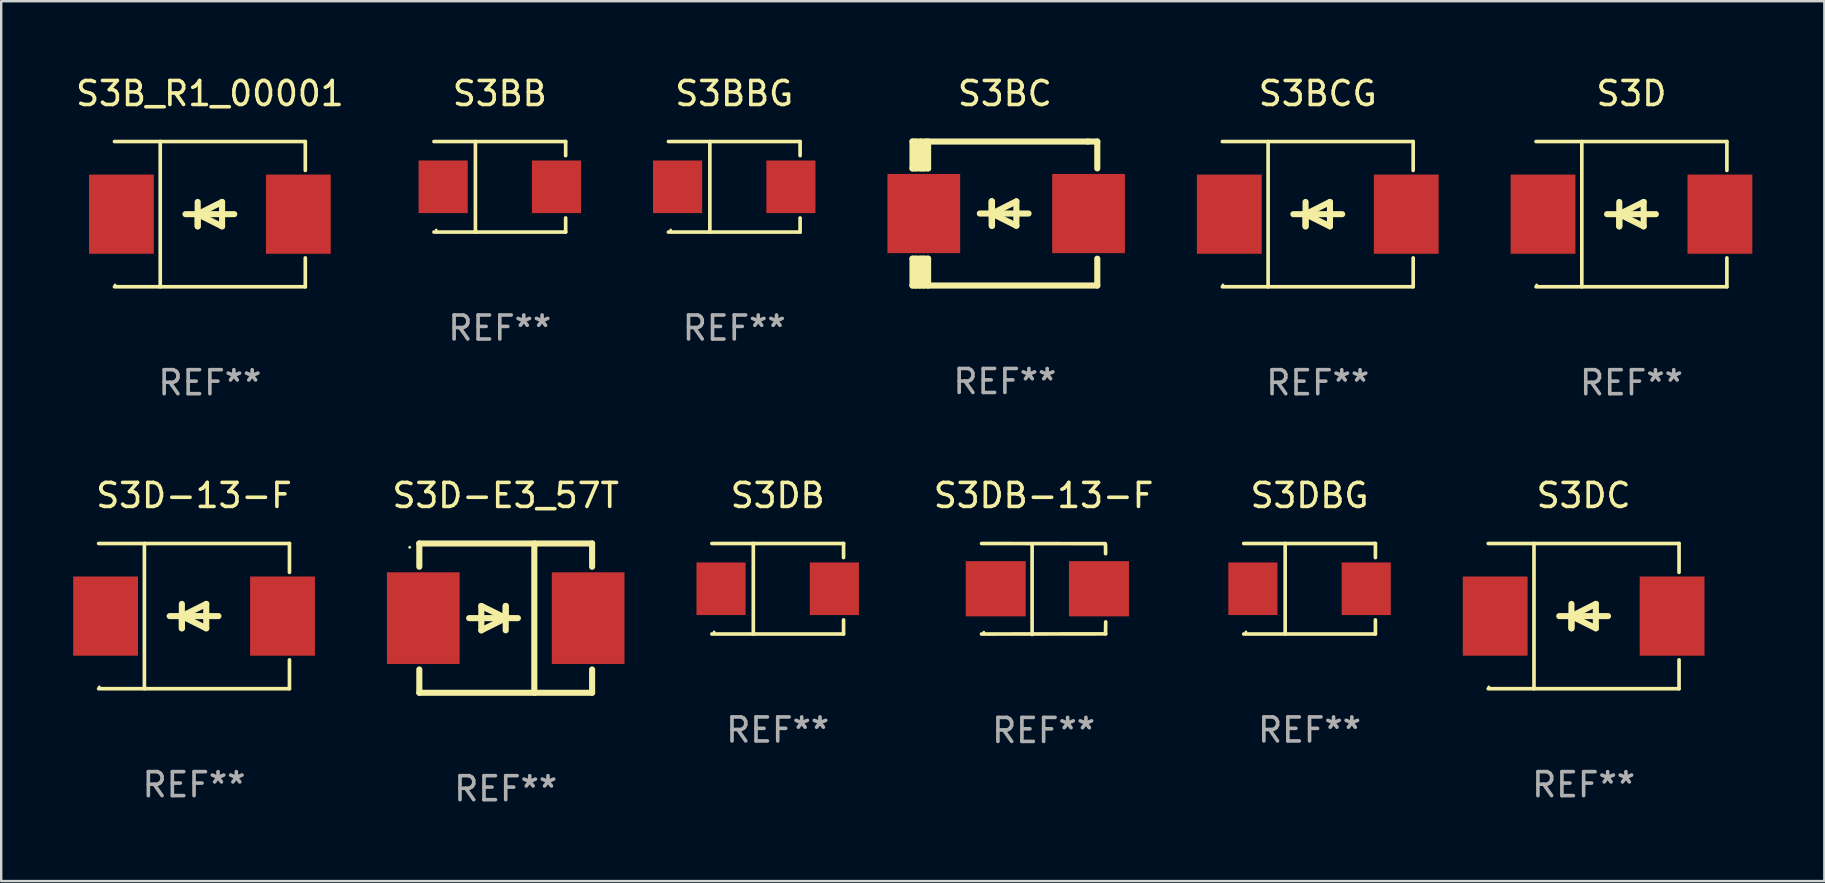
<source format=kicad_pcb>
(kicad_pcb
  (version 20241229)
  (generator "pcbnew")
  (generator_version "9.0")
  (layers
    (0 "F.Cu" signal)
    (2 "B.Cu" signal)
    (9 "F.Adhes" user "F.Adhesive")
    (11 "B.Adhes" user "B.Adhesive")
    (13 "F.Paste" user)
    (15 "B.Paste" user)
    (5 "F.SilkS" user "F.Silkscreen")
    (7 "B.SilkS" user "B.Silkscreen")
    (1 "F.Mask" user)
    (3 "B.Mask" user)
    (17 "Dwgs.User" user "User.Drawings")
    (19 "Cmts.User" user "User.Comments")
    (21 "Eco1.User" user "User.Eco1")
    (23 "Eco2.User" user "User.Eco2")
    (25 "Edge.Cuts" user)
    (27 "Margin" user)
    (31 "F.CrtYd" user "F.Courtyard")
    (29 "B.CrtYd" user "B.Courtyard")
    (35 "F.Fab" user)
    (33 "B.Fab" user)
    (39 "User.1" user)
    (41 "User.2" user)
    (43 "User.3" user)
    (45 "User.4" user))
  (footprint "S3DC"
    (layer "F.Cu")
    (at 62.94 22.623)
    (property "Reference" "S3DC" (at 0 -5.026 0) (layer "F.SilkS") (effects (font (size 1 1) (thickness 0.15))))
    (attr through_hole)
    (fp_line (start -3.976 -3.026) (end 3.976 -3.026) (stroke (width 0.152) (type solid)) (layer "F.SilkS"))
    (fp_line (start -3.976 3.026) (end 3.976 3.026) (stroke (width 0.152) (type solid)) (layer "F.SilkS"))
    (fp_line (start -2.069 -3.026) (end -2.069 3.026) (stroke (width 0.152) (type solid)) (layer "F.SilkS"))
    (fp_line (start -0.508 0) (end -0.508 0.508) (stroke (width 0.254) (type solid)) (layer "F.SilkS"))
    (fp_line (start -0.508 0) (end 0.508 0.508) (stroke (width 0.254) (type solid)) (layer "F.SilkS"))
    (fp_line (start -0.508 0.508) (end -0.508 -0.508) (stroke (width 0.254) (type solid)) (layer "F.SilkS"))
    (fp_line (start 0.508 -0.508) (end -0.508 0) (stroke (width 0.254) (type solid)) (layer "F.SilkS"))
    (fp_line (start 0.508 0.508) (end 0.508 -0.508) (stroke (width 0.254) (type solid)) (layer "F.SilkS"))
    (fp_line (start 1.016 0) (end -1.016 0) (stroke (width 0.254) (type solid)) (layer "F.SilkS"))
    (fp_line (start 3.976 -3.026) (end 3.976 -1.823) (stroke (width 0.152) (type solid)) (layer "F.SilkS"))
    (fp_line (start 3.976 3.026) (end 3.976 1.823) (stroke (width 0.152) (type solid)) (layer "F.SilkS"))
    (fp_circle (center -3.95 2.95) (end -3.92 2.95) (stroke (width 0.06) (type solid)) (fill no) (layer "F.SilkS"))
    (fp_text user "REF**" (at 0 7.026 0) (layer "F.Fab") (effects (font (size 1 1) (thickness 0.15))))
    (pad "1" smd rect (at -3.686 0) (size 2.7 3.3) (layers "F.Cu" "F.Mask" "F.Paste"))
    (pad "2" smd rect (at 3.686 0) (size 2.7 3.3) (layers "F.Cu" "F.Mask" "F.Paste")))
  (footprint "S3BBG"
    (layer "F.Cu")
    (at 27.546 4.734)
    (property "Reference" "S3BBG" (at 0 -3.886 0) (layer "F.SilkS") (effects (font (size 1 1) (thickness 0.15))))
    (attr through_hole)
    (fp_line (start -2.744 -1.886) (end 2.744 -1.886) (stroke (width 0.152) (type solid)) (layer "F.SilkS"))
    (fp_line (start -2.744 1.886) (end 2.744 1.886) (stroke (width 0.152) (type solid)) (layer "F.SilkS"))
    (fp_line (start -1.016 -1.886) (end -1.016 1.886) (stroke (width 0.152) (type solid)) (layer "F.SilkS"))
    (fp_line (start 2.744 -1.886) (end 2.744 -1.299) (stroke (width 0.152) (type solid)) (layer "F.SilkS"))
    (fp_line (start 2.744 1.886) (end 2.744 1.299) (stroke (width 0.152) (type solid)) (layer "F.SilkS"))
    (fp_circle (center -2.65 1.8) (end -2.62 1.8) (stroke (width 0.06) (type solid)) (fill no) (layer "F.SilkS"))
    (fp_text user "REF**" (at 0 5.886 0) (layer "F.Fab") (effects (font (size 1 1) (thickness 0.15))))
    (pad "1" smd rect (at -2.361 0) (size 2.047 2.192) (layers "F.Cu" "F.Mask" "F.Paste"))
    (pad "2" smd rect (at 2.361 0) (size 2.047 2.192) (layers "F.Cu" "F.Mask" "F.Paste")))
  (footprint "S3B_R1_00001"
    (layer "F.Cu")
    (at 5.696 5.874)
    (property "Reference" "S3B_R1_00001" (at 0 -5.026 0) (layer "F.SilkS") (effects (font (size 1 1) (thickness 0.15))))
    (attr through_hole)
    (fp_line (start -3.976 -3.026) (end 3.976 -3.026) (stroke (width 0.152) (type solid)) (layer "F.SilkS"))
    (fp_line (start -3.976 3.026) (end 3.976 3.026) (stroke (width 0.152) (type solid)) (layer "F.SilkS"))
    (fp_line (start -2.069 -3.026) (end -2.069 3.026) (stroke (width 0.152) (type solid)) (layer "F.SilkS"))
    (fp_line (start -0.508 0) (end -0.508 0.508) (stroke (width 0.254) (type solid)) (layer "F.SilkS"))
    (fp_line (start -0.508 0) (end 0.508 0.508) (stroke (width 0.254) (type solid)) (layer "F.SilkS"))
    (fp_line (start -0.508 0.508) (end -0.508 -0.508) (stroke (width 0.254) (type solid)) (layer "F.SilkS"))
    (fp_line (start 0.508 -0.508) (end -0.508 0) (stroke (width 0.254) (type solid)) (layer "F.SilkS"))
    (fp_line (start 0.508 0.508) (end 0.508 -0.508) (stroke (width 0.254) (type solid)) (layer "F.SilkS"))
    (fp_line (start 1.016 0) (end -1.016 0) (stroke (width 0.254) (type solid)) (layer "F.SilkS"))
    (fp_line (start 3.976 -3.026) (end 3.976 -1.823) (stroke (width 0.152) (type solid)) (layer "F.SilkS"))
    (fp_line (start 3.976 3.026) (end 3.976 1.823) (stroke (width 0.152) (type solid)) (layer "F.SilkS"))
    (fp_circle (center -3.95 2.95) (end -3.92 2.95) (stroke (width 0.06) (type solid)) (fill no) (layer "F.SilkS"))
    (fp_text user "REF**" (at 0 7.026 0) (layer "F.Fab") (effects (font (size 1 1) (thickness 0.15))))
    (pad "1" smd rect (at -3.686 0) (size 2.7 3.3) (layers "F.Cu" "F.Mask" "F.Paste"))
    (pad "2" smd rect (at 3.686 0) (size 2.7 3.3) (layers "F.Cu" "F.Mask" "F.Paste")))
  (footprint "S3D"
    (layer "F.Cu")
    (at 64.933 5.874)
    (property "Reference" "S3D" (at 0 -5.026 0) (layer "F.SilkS") (effects (font (size 1 1) (thickness 0.15))))
    (attr through_hole)
    (fp_line (start -3.976 -3.026) (end 3.976 -3.026) (stroke (width 0.152) (type solid)) (layer "F.SilkS"))
    (fp_line (start -3.976 3.026) (end 3.976 3.026) (stroke (width 0.152) (type solid)) (layer "F.SilkS"))
    (fp_line (start -2.069 -3.026) (end -2.069 3.026) (stroke (width 0.152) (type solid)) (layer "F.SilkS"))
    (fp_line (start -0.508 0) (end -0.508 0.508) (stroke (width 0.254) (type solid)) (layer "F.SilkS"))
    (fp_line (start -0.508 0) (end 0.508 0.508) (stroke (width 0.254) (type solid)) (layer "F.SilkS"))
    (fp_line (start -0.508 0.508) (end -0.508 -0.508) (stroke (width 0.254) (type solid)) (layer "F.SilkS"))
    (fp_line (start 0.508 -0.508) (end -0.508 0) (stroke (width 0.254) (type solid)) (layer "F.SilkS"))
    (fp_line (start 0.508 0.508) (end 0.508 -0.508) (stroke (width 0.254) (type solid)) (layer "F.SilkS"))
    (fp_line (start 1.016 0) (end -1.016 0) (stroke (width 0.254) (type solid)) (layer "F.SilkS"))
    (fp_line (start 3.976 -3.026) (end 3.976 -1.823) (stroke (width 0.152) (type solid)) (layer "F.SilkS"))
    (fp_line (start 3.976 3.026) (end 3.976 1.823) (stroke (width 0.152) (type solid)) (layer "F.SilkS"))
    (fp_circle (center -3.95 2.95) (end -3.92 2.95) (stroke (width 0.06) (type solid)) (fill no) (layer "F.SilkS"))
    (fp_text user "REF**" (at 0 7.026 0) (layer "F.Fab") (effects (font (size 1 1) (thickness 0.15))))
    (pad "1" smd rect (at -3.686 0) (size 2.7 3.3) (layers "F.Cu" "F.Mask" "F.Paste"))
    (pad "2" smd rect (at 3.686 0) (size 2.7 3.3) (layers "F.Cu" "F.Mask" "F.Paste")))
  (footprint "S3BC"
    (layer "F.Cu")
    (at 38.824 5.848)
    (property "Reference" "S3BC" (at 0 -5 0) (layer "F.SilkS") (effects (font (size 1 1) (thickness 0.15))))
    (attr through_hole)
    (fp_line (start -3.85 -1.881) (end -3.85 -3) (stroke (width 0.254) (type solid)) (layer "F.SilkS"))
    (fp_line (start -3.85 1.881) (end -3.2 1.881) (stroke (width 0.254) (type solid)) (layer "F.SilkS"))
    (fp_line (start -3.85 3) (end -3.85 1.881) (stroke (width 0.254) (type solid)) (layer "F.SilkS"))
    (fp_line (start -3.719 -1.881) (end -3.719 -3) (stroke (width 0.254) (type solid)) (layer "F.SilkS"))
    (fp_line (start -3.719 3) (end -3.719 1.881) (stroke (width 0.254) (type solid)) (layer "F.SilkS"))
    (fp_line (start -3.5 -3) (end -3.5 -1.881) (stroke (width 0.254) (type solid)) (layer "F.SilkS"))
    (fp_line (start -3.5 1.881) (end -3.5 2.944) (stroke (width 0.254) (type solid)) (layer "F.SilkS"))
    (fp_line (start -3.5 2.944) (end -3.556 3) (stroke (width 0.254) (type solid)) (layer "F.SilkS"))
    (fp_line (start -3.388 -2.906) (end -3.295 -3) (stroke (width 0.254) (type solid)) (layer "F.SilkS"))
    (fp_line (start -3.388 -1.881) (end -3.388 -2.906) (stroke (width 0.254) (type solid)) (layer "F.SilkS"))
    (fp_line (start -3.388 3) (end -3.388 1.881) (stroke (width 0.254) (type solid)) (layer "F.SilkS"))
    (fp_line (start -3.2 -3) (end -3.2 -1.881) (stroke (width 0.254) (type solid)) (layer "F.SilkS"))
    (fp_line (start -3.2 -1.881) (end -3.85 -1.881) (stroke (width 0.254) (type solid)) (layer "F.SilkS"))
    (fp_line (start -3.2 1.881) (end -3.2 3) (stroke (width 0.254) (type solid)) (layer "F.SilkS"))
    (fp_line (start -0.55 -0.508) (end -0.55 0.508) (stroke (width 0.254) (type solid)) (layer "F.SilkS"))
    (fp_line (start -0.55 0) (end -0.55 -0.508) (stroke (width 0.254) (type solid)) (layer "F.SilkS"))
    (fp_line (start -0.538 0) (end -0.538 0.508) (stroke (width 0.254) (type solid)) (layer "F.SilkS"))
    (fp_line (start -0.538 0) (end 0.478 0.508) (stroke (width 0.254) (type solid)) (layer "F.SilkS"))
    (fp_line (start -0.538 0.508) (end -0.538 -0.508) (stroke (width 0.254) (type solid)) (layer "F.SilkS"))
    (fp_line (start 0.478 -0.508) (end -0.538 0) (stroke (width 0.254) (type solid)) (layer "F.SilkS"))
    (fp_line (start 0.478 0.508) (end 0.478 -0.508) (stroke (width 0.254) (type solid)) (layer "F.SilkS"))
    (fp_line (start 0.986 0) (end -1.046 0) (stroke (width 0.254) (type solid)) (layer "F.SilkS"))
    (fp_line (start 3.45 -3) (end -3.85 -3) (stroke (width 0.254) (type solid)) (layer "F.SilkS"))
    (fp_line (start 3.45 -3) (end 3.85 -3) (stroke (width 0.254) (type solid)) (layer "F.SilkS"))
    (fp_line (start 3.85 -3) (end 3.85 -1.881) (stroke (width 0.254) (type solid)) (layer "F.SilkS"))
    (fp_line (start 3.85 1.881) (end 3.85 3) (stroke (width 0.254) (type solid)) (layer "F.SilkS"))
    (fp_line (start 3.85 3) (end -3.85 3) (stroke (width 0.254) (type solid)) (layer "F.SilkS"))
    (fp_circle (center -3.847 2.95) (end -3.817 2.95) (stroke (width 0.06) (type solid)) (fill no) (layer "F.SilkS"))
    (fp_text user "REF**" (at 0 7 0) (layer "F.Fab") (effects (font (size 1 1) (thickness 0.15))))
    (pad "1" smd rect (at -3.379 0) (size 3.03 3.3) (layers "F.Cu" "F.Mask" "F.Paste"))
    (pad "2" smd rect (at 3.485 0) (size 3.03 3.3) (layers "F.Cu" "F.Mask" "F.Paste")))
  (footprint "S3D-E3_57T"
    (layer "F.Cu")
    (at 18.023 22.707)
    (property "Reference" "S3D-E3_57T" (at 0 -5.11 0) (layer "F.SilkS") (effects (font (size 1 1) (thickness 0.15))))
    (attr through_hole)
    (fp_line (start -3.6 -2.141) (end -3.6 -3.11) (stroke (width 0.254) (type solid)) (layer "F.SilkS"))
    (fp_line (start -3.6 3.11) (end -3.6 2.141) (stroke (width 0.254) (type solid)) (layer "F.SilkS"))
    (fp_line (start -1.524 0) (end 0.508 0) (stroke (width 0.254) (type solid)) (layer "F.SilkS"))
    (fp_line (start -1.016 -0.508) (end -1.016 0.508) (stroke (width 0.254) (type solid)) (layer "F.SilkS"))
    (fp_line (start -1.016 0.508) (end 0 0) (stroke (width 0.254) (type solid)) (layer "F.SilkS"))
    (fp_line (start 0 -0.508) (end 0 0.508) (stroke (width 0.254) (type solid)) (layer "F.SilkS"))
    (fp_line (start 0 0) (end -1.016 -0.508) (stroke (width 0.254) (type solid)) (layer "F.SilkS"))
    (fp_line (start 0 0) (end 0 -0.508) (stroke (width 0.254) (type solid)) (layer "F.SilkS"))
    (fp_line (start 1.192 3.11) (end 1.192 -3.11) (stroke (width 0.254) (type solid)) (layer "F.SilkS"))
    (fp_line (start 3.6 -3.11) (end -3.6 -3.11) (stroke (width 0.254) (type solid)) (layer "F.SilkS"))
    (fp_line (start 3.6 -2.141) (end 3.6 -3.11) (stroke (width 0.254) (type solid)) (layer "F.SilkS"))
    (fp_line (start 3.6 3.11) (end -3.6 3.11) (stroke (width 0.254) (type solid)) (layer "F.SilkS"))
    (fp_line (start 3.6 3.11) (end 3.6 2.141) (stroke (width 0.254) (type solid)) (layer "F.SilkS"))
    (fp_circle (center -4 -2.95) (end -3.97 -2.95) (stroke (width 0.06) (type solid)) (fill no) (layer "F.SilkS"))
    (fp_text user "REF**" (at 0 7.11 0) (layer "F.Fab") (effects (font (size 1 1) (thickness 0.15))))
    (pad "1" smd rect (at -3.435 0) (size 3.03 3.82) (layers "F.Cu" "F.Mask" "F.Paste"))
    (pad "2" smd rect (at 3.435 0) (size 3.03 3.82) (layers "F.Cu" "F.Mask" "F.Paste")))
  (footprint "S3DB-13-F"
    (layer "F.Cu")
    (at 40.438 21.493)
    (property "Reference" "S3DB-13-F" (at 0 -3.896 0) (layer "F.SilkS") (effects (font (size 1 1) (thickness 0.15))))
    (attr through_hole)
    (fp_line (start -2.588 -1.896) (end 2.568 -1.889) (stroke (width 0.152) (type solid)) (layer "F.SilkS"))
    (fp_line (start -2.588 1.877) (end 2.588 1.87) (stroke (width 0.152) (type solid)) (layer "F.SilkS"))
    (fp_line (start -0.48 1.896) (end -0.48 -1.871) (stroke (width 0.152) (type solid)) (layer "F.SilkS"))
    (fp_line (start 2.579 -1.849) (end 2.582 -1.472) (stroke (width 0.152) (type solid)) (layer "F.SilkS"))
    (fp_line (start 2.579 1.867) (end 2.587 1.372) (stroke (width 0.152) (type solid)) (layer "F.SilkS"))
    (fp_circle (center -2.492 1.801) (end -2.462 1.801) (stroke (width 0.06) (type solid)) (fill no) (layer "F.SilkS"))
    (fp_text user "REF**" (at 0 5.896 0) (layer "F.Fab") (effects (font (size 1 1) (thickness 0.15))))
    (pad "1" smd rect (at -1.995 -0.009) (size 2.5 2.3) (layers "F.Cu" "F.Mask" "F.Paste"))
    (pad "2" smd rect (at 2.305 -0.009) (size 2.5 2.3) (layers "F.Cu" "F.Mask" "F.Paste")))
  (footprint "S3BB"
    (layer "F.Cu")
    (at 17.777 4.734)
    (property "Reference" "S3BB" (at 0 -3.886 0) (layer "F.SilkS") (effects (font (size 1 1) (thickness 0.15))))
    (attr through_hole)
    (fp_line (start -2.744 -1.886) (end 2.744 -1.886) (stroke (width 0.152) (type solid)) (layer "F.SilkS"))
    (fp_line (start -2.744 1.886) (end 2.744 1.886) (stroke (width 0.152) (type solid)) (layer "F.SilkS"))
    (fp_line (start -1.016 -1.886) (end -1.016 1.886) (stroke (width 0.152) (type solid)) (layer "F.SilkS"))
    (fp_line (start 2.744 -1.886) (end 2.744 -1.299) (stroke (width 0.152) (type solid)) (layer "F.SilkS"))
    (fp_line (start 2.744 1.886) (end 2.744 1.299) (stroke (width 0.152) (type solid)) (layer "F.SilkS"))
    (fp_circle (center -2.65 1.8) (end -2.62 1.8) (stroke (width 0.06) (type solid)) (fill no) (layer "F.SilkS"))
    (fp_text user "REF**" (at 0 5.886 0) (layer "F.Fab") (effects (font (size 1 1) (thickness 0.15))))
    (pad "1" smd rect (at -2.361 0) (size 2.047 2.192) (layers "F.Cu" "F.Mask" "F.Paste"))
    (pad "2" smd rect (at 2.361 0) (size 2.047 2.192) (layers "F.Cu" "F.Mask" "F.Paste")))
  (footprint "S3D-13-F"
    (layer "F.Cu")
    (at 5.036 22.623)
    (property "Reference" "S3D-13-F" (at 0 -5.026 0) (layer "F.SilkS") (effects (font (size 1 1) (thickness 0.15))))
    (attr through_hole)
    (fp_line (start -3.976 -3.026) (end 3.976 -3.026) (stroke (width 0.152) (type solid)) (layer "F.SilkS"))
    (fp_line (start -3.976 3.026) (end 3.976 3.026) (stroke (width 0.152) (type solid)) (layer "F.SilkS"))
    (fp_line (start -2.069 -3.026) (end -2.069 3.026) (stroke (width 0.152) (type solid)) (layer "F.SilkS"))
    (fp_line (start -0.508 0) (end -0.508 0.508) (stroke (width 0.254) (type solid)) (layer "F.SilkS"))
    (fp_line (start -0.508 0) (end 0.508 0.508) (stroke (width 0.254) (type solid)) (layer "F.SilkS"))
    (fp_line (start -0.508 0.508) (end -0.508 -0.508) (stroke (width 0.254) (type solid)) (layer "F.SilkS"))
    (fp_line (start 0.508 -0.508) (end -0.508 0) (stroke (width 0.254) (type solid)) (layer "F.SilkS"))
    (fp_line (start 0.508 0.508) (end 0.508 -0.508) (stroke (width 0.254) (type solid)) (layer "F.SilkS"))
    (fp_line (start 1.016 0) (end -1.016 0) (stroke (width 0.254) (type solid)) (layer "F.SilkS"))
    (fp_line (start 3.976 -3.026) (end 3.976 -1.823) (stroke (width 0.152) (type solid)) (layer "F.SilkS"))
    (fp_line (start 3.976 3.026) (end 3.976 1.823) (stroke (width 0.152) (type solid)) (layer "F.SilkS"))
    (fp_circle (center -3.95 2.95) (end -3.92 2.95) (stroke (width 0.06) (type solid)) (fill no) (layer "F.SilkS"))
    (fp_text user "REF**" (at 0 7.026 0) (layer "F.Fab") (effects (font (size 1 1) (thickness 0.15))))
    (pad "1" smd rect (at -3.686 0) (size 2.7 3.3) (layers "F.Cu" "F.Mask" "F.Paste"))
    (pad "2" smd rect (at 3.686 0) (size 2.7 3.3) (layers "F.Cu" "F.Mask" "F.Paste")))
  (footprint "S3DBG"
    (layer "F.Cu")
    (at 51.519 21.483)
    (property "Reference" "S3DBG" (at 0 -3.886 0) (layer "F.SilkS") (effects (font (size 1 1) (thickness 0.15))))
    (attr through_hole)
    (fp_line (start -2.744 -1.886) (end 2.744 -1.886) (stroke (width 0.152) (type solid)) (layer "F.SilkS"))
    (fp_line (start -2.744 1.886) (end 2.744 1.886) (stroke (width 0.152) (type solid)) (layer "F.SilkS"))
    (fp_line (start -1.016 -1.886) (end -1.016 1.886) (stroke (width 0.152) (type solid)) (layer "F.SilkS"))
    (fp_line (start 2.744 -1.886) (end 2.744 -1.299) (stroke (width 0.152) (type solid)) (layer "F.SilkS"))
    (fp_line (start 2.744 1.886) (end 2.744 1.299) (stroke (width 0.152) (type solid)) (layer "F.SilkS"))
    (fp_circle (center -2.65 1.8) (end -2.62 1.8) (stroke (width 0.06) (type solid)) (fill no) (layer "F.SilkS"))
    (fp_text user "REF**" (at 0 5.886 0) (layer "F.Fab") (effects (font (size 1 1) (thickness 0.15))))
    (pad "1" smd rect (at -2.361 0) (size 2.047 2.192) (layers "F.Cu" "F.Mask" "F.Paste"))
    (pad "2" smd rect (at 2.361 0) (size 2.047 2.192) (layers "F.Cu" "F.Mask" "F.Paste")))
  (footprint "S3DB"
    (layer "F.Cu")
    (at 29.357 21.483)
    (property "Reference" "S3DB" (at 0 -3.886 0) (layer "F.SilkS") (effects (font (size 1 1) (thickness 0.15))))
    (attr through_hole)
    (fp_line (start -2.744 -1.886) (end 2.744 -1.886) (stroke (width 0.152) (type solid)) (layer "F.SilkS"))
    (fp_line (start -2.744 1.886) (end 2.744 1.886) (stroke (width 0.152) (type solid)) (layer "F.SilkS"))
    (fp_line (start -1.016 -1.886) (end -1.016 1.886) (stroke (width 0.152) (type solid)) (layer "F.SilkS"))
    (fp_line (start 2.744 -1.886) (end 2.744 -1.299) (stroke (width 0.152) (type solid)) (layer "F.SilkS"))
    (fp_line (start 2.744 1.886) (end 2.744 1.299) (stroke (width 0.152) (type solid)) (layer "F.SilkS"))
    (fp_circle (center -2.65 1.8) (end -2.62 1.8) (stroke (width 0.06) (type solid)) (fill no) (layer "F.SilkS"))
    (fp_text user "REF**" (at 0 5.886 0) (layer "F.Fab") (effects (font (size 1 1) (thickness 0.15))))
    (pad "1" smd rect (at -2.361 0) (size 2.047 2.192) (layers "F.Cu" "F.Mask" "F.Paste"))
    (pad "2" smd rect (at 2.361 0) (size 2.047 2.192) (layers "F.Cu" "F.Mask" "F.Paste")))
  (footprint "S3BCG"
    (layer "F.Cu")
    (at 51.861 5.874)
    (property "Reference" "S3BCG" (at 0 -5.026 0) (layer "F.SilkS") (effects (font (size 1 1) (thickness 0.15))))
    (attr through_hole)
    (fp_line (start -3.976 -3.026) (end 3.976 -3.026) (stroke (width 0.152) (type solid)) (layer "F.SilkS"))
    (fp_line (start -3.976 3.026) (end 3.976 3.026) (stroke (width 0.152) (type solid)) (layer "F.SilkS"))
    (fp_line (start -2.069 -3.026) (end -2.069 3.026) (stroke (width 0.152) (type solid)) (layer "F.SilkS"))
    (fp_line (start -0.508 0) (end -0.508 0.508) (stroke (width 0.254) (type solid)) (layer "F.SilkS"))
    (fp_line (start -0.508 0) (end 0.508 0.508) (stroke (width 0.254) (type solid)) (layer "F.SilkS"))
    (fp_line (start -0.508 0.508) (end -0.508 -0.508) (stroke (width 0.254) (type solid)) (layer "F.SilkS"))
    (fp_line (start 0.508 -0.508) (end -0.508 0) (stroke (width 0.254) (type solid)) (layer "F.SilkS"))
    (fp_line (start 0.508 0.508) (end 0.508 -0.508) (stroke (width 0.254) (type solid)) (layer "F.SilkS"))
    (fp_line (start 1.016 0) (end -1.016 0) (stroke (width 0.254) (type solid)) (layer "F.SilkS"))
    (fp_line (start 3.976 -3.026) (end 3.976 -1.823) (stroke (width 0.152) (type solid)) (layer "F.SilkS"))
    (fp_line (start 3.976 3.026) (end 3.976 1.823) (stroke (width 0.152) (type solid)) (layer "F.SilkS"))
    (fp_circle (center -3.95 2.95) (end -3.92 2.95) (stroke (width 0.06) (type solid)) (fill no) (layer "F.SilkS"))
    (fp_text user "REF**" (at 0 7.026 0) (layer "F.Fab") (effects (font (size 1 1) (thickness 0.15))))
    (pad "1" smd rect (at -3.686 0) (size 2.7 3.3) (layers "F.Cu" "F.Mask" "F.Paste"))
    (pad "2" smd rect (at 3.686 0) (size 2.7 3.3) (layers "F.Cu" "F.Mask" "F.Paste")))
  (gr_rect
    (start -3 -3)
    (end 72.97 33.665)
    (stroke (width 0.1) (type default))
    (fill no)
    (layer "Edge.Cuts")))
</source>
